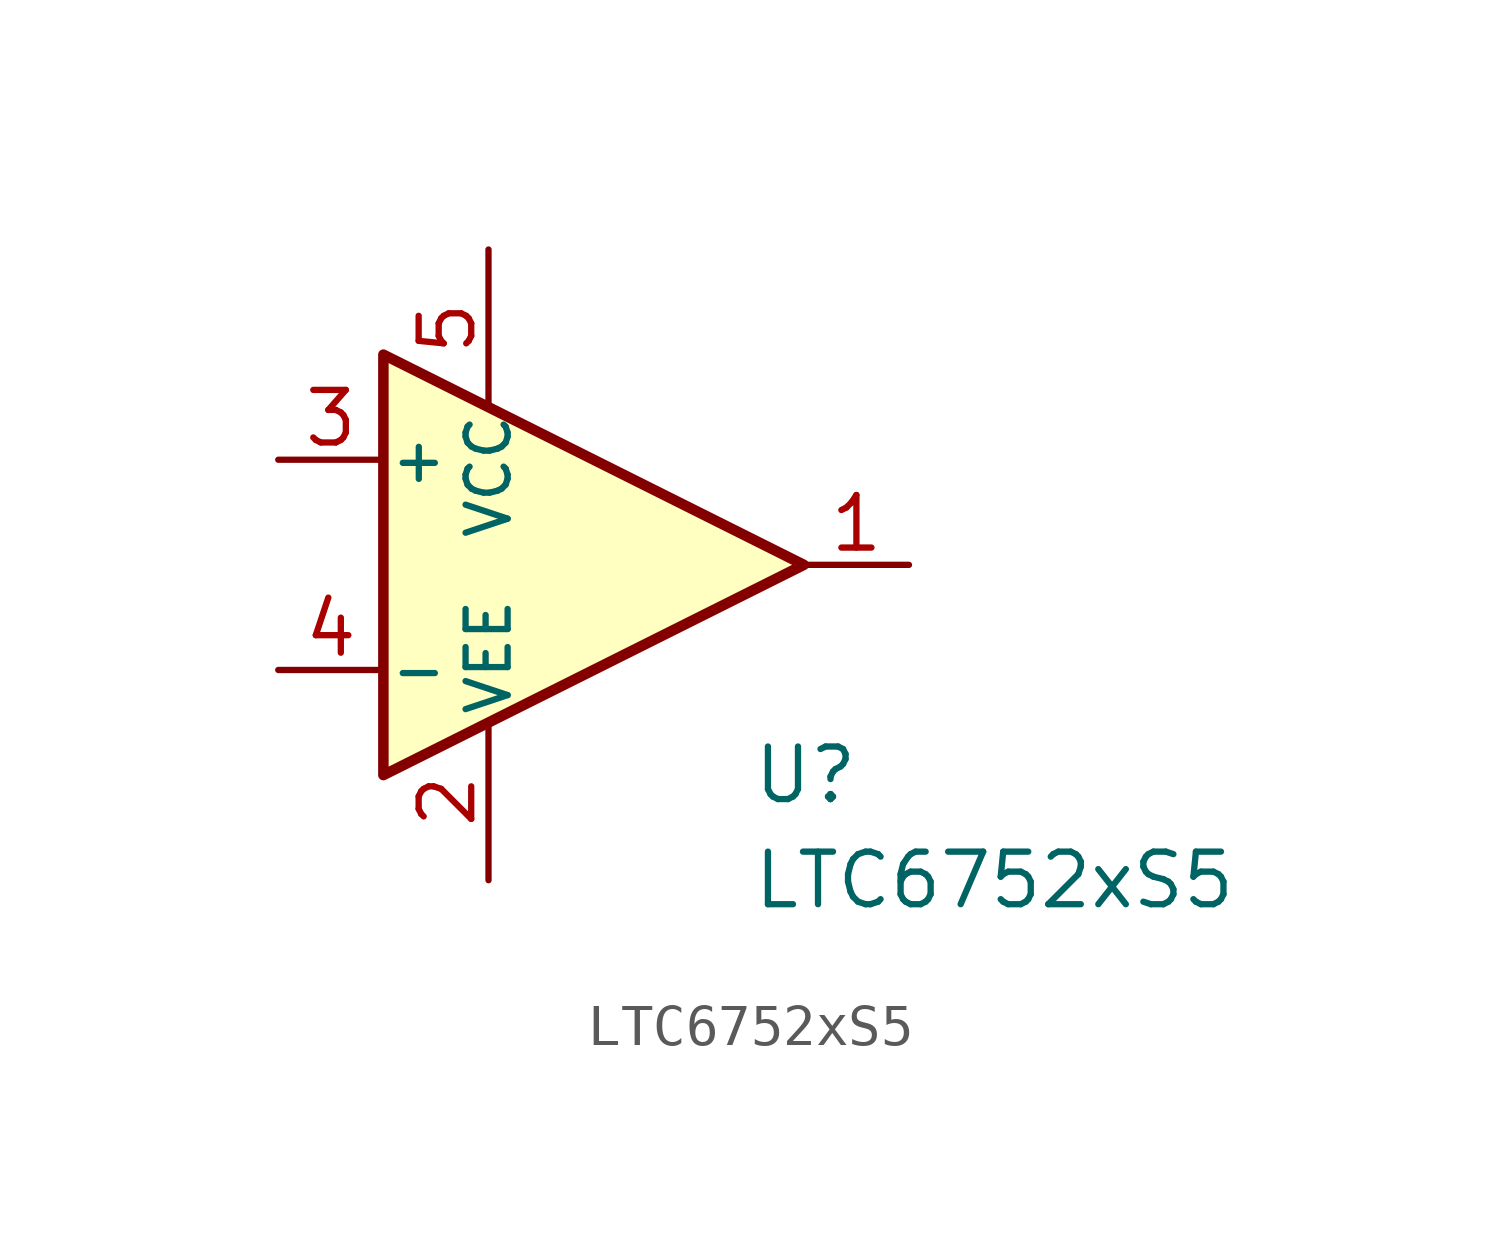
<source format=kicad_sym>
(kicad_symbol_lib
  (version 20211014)
  (generator kicad_symbol_editor)
  (symbol "LTC6752xS5"
    (pin_names
      (offset 0.127))
    (property "Reference" "U"
      (at 3.81 -5.08 0)
      (effects (font (size 1.27 1.27)) (justify left)))
    (property "Value" "LTC6752xS5"
      (at 3.81 -7.62 0)
      (effects (font (size 1.27 1.27)) (justify left)))
    (symbol "LTC6752xS5_1_1"
      (polyline (pts (xy -5.08 5.08) (xy 5.08 0) (xy -5.08 -5.08) (xy -5.08 5.08)) (stroke (width 0.254) (type default) (color 0 0 0 0)) (fill (type background)))
      (pin output line (at 7.62 0 180) (length 2.54) (name "~" (effects (font (size 1.27 1.27)))) (number "1" (effects (font (size 1.27 1.27)))))
      (pin power_in line (at -2.54 -7.62 90) (length 3.81) (name "VEE" (effects (font (size 1.016 1.016)))) (number "2" (effects (font (size 1.27 1.27)))))
      (pin input line (at -7.62 2.54 0) (length 2.54) (name "+" (effects (font (size 1.016 1.016)))) (number "3" (effects (font (size 1.27 1.27)))))
      (pin input line (at -7.62 -2.54 0) (length 2.54) (name "-" (effects (font (size 1.016 1.016)))) (number "4" (effects (font (size 1.27 1.27)))))
      (pin power_in line (at -2.54 7.62 270) (length 3.81) (name "VCC" (effects (font (size 1.016 1.016)))) (number "5" (effects (font (size 1.27 1.27))))))))
</source>
